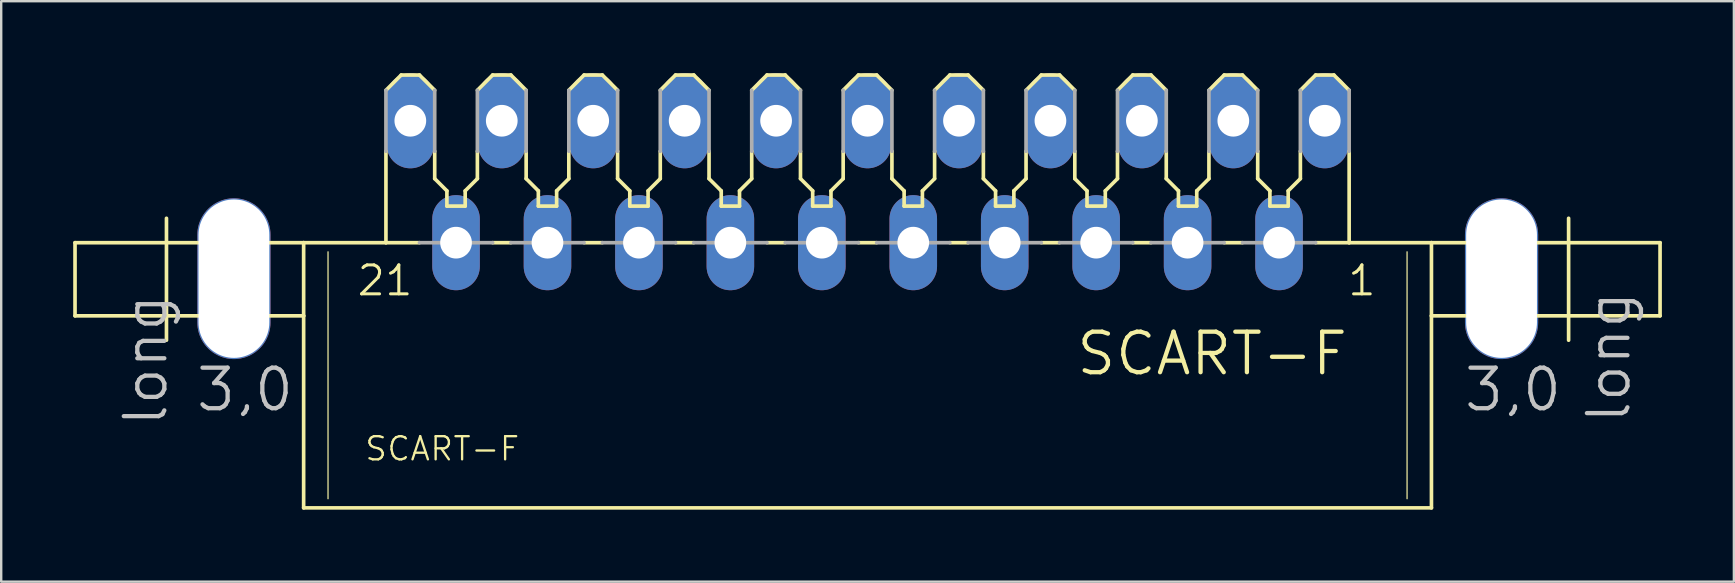
<source format=kicad_pcb>
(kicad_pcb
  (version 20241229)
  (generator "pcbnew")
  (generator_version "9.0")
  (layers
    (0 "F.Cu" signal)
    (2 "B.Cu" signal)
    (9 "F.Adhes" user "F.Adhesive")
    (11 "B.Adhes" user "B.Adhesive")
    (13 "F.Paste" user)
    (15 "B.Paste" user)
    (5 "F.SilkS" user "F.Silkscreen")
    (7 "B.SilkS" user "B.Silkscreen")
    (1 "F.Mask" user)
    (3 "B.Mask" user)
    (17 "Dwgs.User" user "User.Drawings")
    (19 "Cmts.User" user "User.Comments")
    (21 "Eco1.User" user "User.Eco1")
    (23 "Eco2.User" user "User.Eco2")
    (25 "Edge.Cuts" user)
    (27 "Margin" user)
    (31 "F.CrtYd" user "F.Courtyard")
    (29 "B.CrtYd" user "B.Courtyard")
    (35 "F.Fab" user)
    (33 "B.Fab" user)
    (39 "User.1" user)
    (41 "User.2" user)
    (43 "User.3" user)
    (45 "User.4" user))
  (footprint "SCART-F"
    (layer "F.Cu")
    (at 33.096 7.061)
    (property "Reference" "SCART-F" (at -21 9.15 0) (layer "F.SilkS") (effects (font (size 0.965 0.965) (thickness 0.097)) (justify left bottom)))
    (attr through_hole)
    (fp_line (start -33.02 3.048) (end -33.02 0) (stroke (width 0.152) (type solid)) (layer "F.SilkS"))
    (fp_line (start -33.02 3.048) (end -23.495 3.048) (stroke (width 0.152) (type solid)) (layer "F.SilkS"))
    (fp_line (start -29.21 4.064) (end -29.21 -1.016) (stroke (width 0.152) (type solid)) (layer "F.SilkS"))
    (fp_line (start -23.495 0) (end -33.02 0) (stroke (width 0.152) (type solid)) (layer "F.SilkS"))
    (fp_line (start -23.495 3.048) (end -23.495 0) (stroke (width 0.152) (type solid)) (layer "F.SilkS"))
    (fp_line (start -23.495 11.049) (end -23.495 3.048) (stroke (width 0.152) (type solid)) (layer "F.SilkS"))
    (fp_line (start -23.495 11.049) (end 23.495 11.049) (stroke (width 0.152) (type solid)) (layer "F.SilkS"))
    (fp_line (start -22.479 0.381) (end -22.479 10.668) (stroke (width 0.051) (type solid)) (layer "F.SilkS"))
    (fp_line (start -20.066 0) (end -23.495 0) (stroke (width 0.152) (type solid)) (layer "F.SilkS"))
    (fp_line (start -20.066 0) (end -20.066 -3.81) (stroke (width 0.152) (type solid)) (layer "F.SilkS"))
    (fp_line (start -19.431 -6.985) (end -20.066 -6.35) (stroke (width 0.152) (type solid)) (layer "F.SilkS"))
    (fp_line (start -18.669 -6.985) (end -19.431 -6.985) (stroke (width 0.152) (type solid)) (layer "F.SilkS"))
    (fp_line (start -18.669 0) (end -20.066 0) (stroke (width 0.152) (type solid)) (layer "F.SilkS"))
    (fp_line (start -18.034 -6.35) (end -18.669 -6.985) (stroke (width 0.152) (type solid)) (layer "F.SilkS"))
    (fp_line (start -18.034 -2.667) (end -18.034 -3.81) (stroke (width 0.152) (type solid)) (layer "F.SilkS"))
    (fp_line (start -17.526 -2.159) (end -18.034 -2.667) (stroke (width 0.152) (type solid)) (layer "F.SilkS"))
    (fp_line (start -17.526 -1.524) (end -17.526 -2.159) (stroke (width 0.152) (type solid)) (layer "F.SilkS"))
    (fp_line (start -16.764 -2.159) (end -16.764 -1.524) (stroke (width 0.152) (type solid)) (layer "F.SilkS"))
    (fp_line (start -16.764 -1.524) (end -17.526 -1.524) (stroke (width 0.152) (type solid)) (layer "F.SilkS"))
    (fp_line (start -16.256 -3.81) (end -16.256 -2.667) (stroke (width 0.152) (type solid)) (layer "F.SilkS"))
    (fp_line (start -16.256 -2.667) (end -16.764 -2.159) (stroke (width 0.152) (type solid)) (layer "F.SilkS"))
    (fp_line (start -15.621 -6.985) (end -16.256 -6.35) (stroke (width 0.152) (type solid)) (layer "F.SilkS"))
    (fp_line (start -14.859 -6.985) (end -15.621 -6.985) (stroke (width 0.152) (type solid)) (layer "F.SilkS"))
    (fp_line (start -14.859 0) (end -15.621 0) (stroke (width 0.152) (type solid)) (layer "F.SilkS"))
    (fp_line (start -14.224 -6.35) (end -14.859 -6.985) (stroke (width 0.152) (type solid)) (layer "F.SilkS"))
    (fp_line (start -14.224 -2.667) (end -14.224 -3.81) (stroke (width 0.152) (type solid)) (layer "F.SilkS"))
    (fp_line (start -13.716 -2.159) (end -14.224 -2.667) (stroke (width 0.152) (type solid)) (layer "F.SilkS"))
    (fp_line (start -13.716 -1.524) (end -13.716 -2.159) (stroke (width 0.152) (type solid)) (layer "F.SilkS"))
    (fp_line (start -12.954 -2.159) (end -12.954 -1.524) (stroke (width 0.152) (type solid)) (layer "F.SilkS"))
    (fp_line (start -12.954 -1.524) (end -13.716 -1.524) (stroke (width 0.152) (type solid)) (layer "F.SilkS"))
    (fp_line (start -12.446 -3.81) (end -12.446 -2.667) (stroke (width 0.152) (type solid)) (layer "F.SilkS"))
    (fp_line (start -12.446 -2.667) (end -12.954 -2.159) (stroke (width 0.152) (type solid)) (layer "F.SilkS"))
    (fp_line (start -11.811 -6.985) (end -12.446 -6.35) (stroke (width 0.152) (type solid)) (layer "F.SilkS"))
    (fp_line (start -11.049 -6.985) (end -11.811 -6.985) (stroke (width 0.152) (type solid)) (layer "F.SilkS"))
    (fp_line (start -11.049 0) (end -11.811 0) (stroke (width 0.152) (type solid)) (layer "F.SilkS"))
    (fp_line (start -10.414 -6.35) (end -11.049 -6.985) (stroke (width 0.152) (type solid)) (layer "F.SilkS"))
    (fp_line (start -10.414 -2.667) (end -10.414 -3.81) (stroke (width 0.152) (type solid)) (layer "F.SilkS"))
    (fp_line (start -9.906 -2.159) (end -10.414 -2.667) (stroke (width 0.152) (type solid)) (layer "F.SilkS"))
    (fp_line (start -9.906 -1.524) (end -9.906 -2.159) (stroke (width 0.152) (type solid)) (layer "F.SilkS"))
    (fp_line (start -9.144 -2.159) (end -9.144 -1.524) (stroke (width 0.152) (type solid)) (layer "F.SilkS"))
    (fp_line (start -9.144 -1.524) (end -9.906 -1.524) (stroke (width 0.152) (type solid)) (layer "F.SilkS"))
    (fp_line (start -8.636 -3.81) (end -8.636 -2.667) (stroke (width 0.152) (type solid)) (layer "F.SilkS"))
    (fp_line (start -8.636 -2.667) (end -9.144 -2.159) (stroke (width 0.152) (type solid)) (layer "F.SilkS"))
    (fp_line (start -8.001 -6.985) (end -8.636 -6.35) (stroke (width 0.152) (type solid)) (layer "F.SilkS"))
    (fp_line (start -7.239 -6.985) (end -8.001 -6.985) (stroke (width 0.152) (type solid)) (layer "F.SilkS"))
    (fp_line (start -7.239 0) (end -8.001 0) (stroke (width 0.152) (type solid)) (layer "F.SilkS"))
    (fp_line (start -6.604 -6.35) (end -7.239 -6.985) (stroke (width 0.152) (type solid)) (layer "F.SilkS"))
    (fp_line (start -6.604 -2.667) (end -6.604 -3.81) (stroke (width 0.152) (type solid)) (layer "F.SilkS"))
    (fp_line (start -6.096 -2.159) (end -6.604 -2.667) (stroke (width 0.152) (type solid)) (layer "F.SilkS"))
    (fp_line (start -6.096 -1.524) (end -6.096 -2.159) (stroke (width 0.152) (type solid)) (layer "F.SilkS"))
    (fp_line (start -5.334 -2.159) (end -5.334 -1.524) (stroke (width 0.152) (type solid)) (layer "F.SilkS"))
    (fp_line (start -5.334 -1.524) (end -6.096 -1.524) (stroke (width 0.152) (type solid)) (layer "F.SilkS"))
    (fp_line (start -4.826 -3.81) (end -4.826 -2.667) (stroke (width 0.152) (type solid)) (layer "F.SilkS"))
    (fp_line (start -4.826 -2.667) (end -5.334 -2.159) (stroke (width 0.152) (type solid)) (layer "F.SilkS"))
    (fp_line (start -4.191 -6.985) (end -4.826 -6.35) (stroke (width 0.152) (type solid)) (layer "F.SilkS"))
    (fp_line (start -3.429 -6.985) (end -4.191 -6.985) (stroke (width 0.152) (type solid)) (layer "F.SilkS"))
    (fp_line (start -3.429 0) (end -4.191 0) (stroke (width 0.152) (type solid)) (layer "F.SilkS"))
    (fp_line (start -2.794 -6.35) (end -3.429 -6.985) (stroke (width 0.152) (type solid)) (layer "F.SilkS"))
    (fp_line (start -2.794 -2.667) (end -2.794 -3.81) (stroke (width 0.152) (type solid)) (layer "F.SilkS"))
    (fp_line (start -2.286 -2.159) (end -2.794 -2.667) (stroke (width 0.152) (type solid)) (layer "F.SilkS"))
    (fp_line (start -2.286 -1.524) (end -2.286 -2.159) (stroke (width 0.152) (type solid)) (layer "F.SilkS"))
    (fp_line (start -1.524 -2.159) (end -1.524 -1.524) (stroke (width 0.152) (type solid)) (layer "F.SilkS"))
    (fp_line (start -1.524 -1.524) (end -2.286 -1.524) (stroke (width 0.152) (type solid)) (layer "F.SilkS"))
    (fp_line (start -1.016 -3.81) (end -1.016 -2.667) (stroke (width 0.152) (type solid)) (layer "F.SilkS"))
    (fp_line (start -1.016 -2.667) (end -1.524 -2.159) (stroke (width 0.152) (type solid)) (layer "F.SilkS"))
    (fp_line (start -0.381 -6.985) (end -1.016 -6.35) (stroke (width 0.152) (type solid)) (layer "F.SilkS"))
    (fp_line (start 0.381 -6.985) (end -0.381 -6.985) (stroke (width 0.152) (type solid)) (layer "F.SilkS"))
    (fp_line (start 0.381 0) (end -0.381 0) (stroke (width 0.152) (type solid)) (layer "F.SilkS"))
    (fp_line (start 1.016 -6.35) (end 0.381 -6.985) (stroke (width 0.152) (type solid)) (layer "F.SilkS"))
    (fp_line (start 1.016 -2.667) (end 1.016 -3.81) (stroke (width 0.152) (type solid)) (layer "F.SilkS"))
    (fp_line (start 1.524 -2.159) (end 1.016 -2.667) (stroke (width 0.152) (type solid)) (layer "F.SilkS"))
    (fp_line (start 1.524 -1.524) (end 1.524 -2.159) (stroke (width 0.152) (type solid)) (layer "F.SilkS"))
    (fp_line (start 2.286 -2.159) (end 2.286 -1.524) (stroke (width 0.152) (type solid)) (layer "F.SilkS"))
    (fp_line (start 2.286 -1.524) (end 1.524 -1.524) (stroke (width 0.152) (type solid)) (layer "F.SilkS"))
    (fp_line (start 2.794 -3.81) (end 2.794 -2.667) (stroke (width 0.152) (type solid)) (layer "F.SilkS"))
    (fp_line (start 2.794 -2.667) (end 2.286 -2.159) (stroke (width 0.152) (type solid)) (layer "F.SilkS"))
    (fp_line (start 3.429 -6.985) (end 2.794 -6.35) (stroke (width 0.152) (type solid)) (layer "F.SilkS"))
    (fp_line (start 4.191 -6.985) (end 3.429 -6.985) (stroke (width 0.152) (type solid)) (layer "F.SilkS"))
    (fp_line (start 4.191 0) (end 3.429 0) (stroke (width 0.152) (type solid)) (layer "F.SilkS"))
    (fp_line (start 4.826 -6.35) (end 4.191 -6.985) (stroke (width 0.152) (type solid)) (layer "F.SilkS"))
    (fp_line (start 4.826 -2.667) (end 4.826 -3.81) (stroke (width 0.152) (type solid)) (layer "F.SilkS"))
    (fp_line (start 5.334 -2.159) (end 4.826 -2.667) (stroke (width 0.152) (type solid)) (layer "F.SilkS"))
    (fp_line (start 5.334 -1.524) (end 5.334 -2.159) (stroke (width 0.152) (type solid)) (layer "F.SilkS"))
    (fp_line (start 6.096 -2.159) (end 6.096 -1.524) (stroke (width 0.152) (type solid)) (layer "F.SilkS"))
    (fp_line (start 6.096 -1.524) (end 5.334 -1.524) (stroke (width 0.152) (type solid)) (layer "F.SilkS"))
    (fp_line (start 6.604 -3.81) (end 6.604 -2.667) (stroke (width 0.152) (type solid)) (layer "F.SilkS"))
    (fp_line (start 6.604 -2.667) (end 6.096 -2.159) (stroke (width 0.152) (type solid)) (layer "F.SilkS"))
    (fp_line (start 7.239 -6.985) (end 6.604 -6.35) (stroke (width 0.152) (type solid)) (layer "F.SilkS"))
    (fp_line (start 8.001 -6.985) (end 7.239 -6.985) (stroke (width 0.152) (type solid)) (layer "F.SilkS"))
    (fp_line (start 8.001 0) (end 7.239 0) (stroke (width 0.152) (type solid)) (layer "F.SilkS"))
    (fp_line (start 8.636 -6.35) (end 8.001 -6.985) (stroke (width 0.152) (type solid)) (layer "F.SilkS"))
    (fp_line (start 8.636 -2.667) (end 8.636 -3.81) (stroke (width 0.152) (type solid)) (layer "F.SilkS"))
    (fp_line (start 9.144 -2.159) (end 8.636 -2.667) (stroke (width 0.152) (type solid)) (layer "F.SilkS"))
    (fp_line (start 9.144 -1.524) (end 9.144 -2.159) (stroke (width 0.152) (type solid)) (layer "F.SilkS"))
    (fp_line (start 9.906 -2.159) (end 9.906 -1.524) (stroke (width 0.152) (type solid)) (layer "F.SilkS"))
    (fp_line (start 9.906 -1.524) (end 9.144 -1.524) (stroke (width 0.152) (type solid)) (layer "F.SilkS"))
    (fp_line (start 10.414 -3.81) (end 10.414 -2.667) (stroke (width 0.152) (type solid)) (layer "F.SilkS"))
    (fp_line (start 10.414 -2.667) (end 9.906 -2.159) (stroke (width 0.152) (type solid)) (layer "F.SilkS"))
    (fp_line (start 11.049 -6.985) (end 10.414 -6.35) (stroke (width 0.152) (type solid)) (layer "F.SilkS"))
    (fp_line (start 11.811 -6.985) (end 11.049 -6.985) (stroke (width 0.152) (type solid)) (layer "F.SilkS"))
    (fp_line (start 11.811 0) (end 11.049 0) (stroke (width 0.152) (type solid)) (layer "F.SilkS"))
    (fp_line (start 12.446 -6.35) (end 11.811 -6.985) (stroke (width 0.152) (type solid)) (layer "F.SilkS"))
    (fp_line (start 12.446 -2.667) (end 12.446 -3.81) (stroke (width 0.152) (type solid)) (layer "F.SilkS"))
    (fp_line (start 12.954 -2.159) (end 12.446 -2.667) (stroke (width 0.152) (type solid)) (layer "F.SilkS"))
    (fp_line (start 12.954 -1.524) (end 12.954 -2.159) (stroke (width 0.152) (type solid)) (layer "F.SilkS"))
    (fp_line (start 13.716 -2.159) (end 13.716 -1.524) (stroke (width 0.152) (type solid)) (layer "F.SilkS"))
    (fp_line (start 13.716 -1.524) (end 12.954 -1.524) (stroke (width 0.152) (type solid)) (layer "F.SilkS"))
    (fp_line (start 14.224 -3.81) (end 14.224 -2.667) (stroke (width 0.152) (type solid)) (layer "F.SilkS"))
    (fp_line (start 14.224 -2.667) (end 13.716 -2.159) (stroke (width 0.152) (type solid)) (layer "F.SilkS"))
    (fp_line (start 14.859 -6.985) (end 14.224 -6.35) (stroke (width 0.152) (type solid)) (layer "F.SilkS"))
    (fp_line (start 15.621 -6.985) (end 14.859 -6.985) (stroke (width 0.152) (type solid)) (layer "F.SilkS"))
    (fp_line (start 15.621 0) (end 14.859 0) (stroke (width 0.152) (type solid)) (layer "F.SilkS"))
    (fp_line (start 16.256 -6.35) (end 15.621 -6.985) (stroke (width 0.152) (type solid)) (layer "F.SilkS"))
    (fp_line (start 16.256 -2.667) (end 16.256 -3.81) (stroke (width 0.152) (type solid)) (layer "F.SilkS"))
    (fp_line (start 16.764 -2.159) (end 16.256 -2.667) (stroke (width 0.152) (type solid)) (layer "F.SilkS"))
    (fp_line (start 16.764 -1.524) (end 16.764 -2.159) (stroke (width 0.152) (type solid)) (layer "F.SilkS"))
    (fp_line (start 17.526 -2.159) (end 17.526 -1.524) (stroke (width 0.152) (type solid)) (layer "F.SilkS"))
    (fp_line (start 17.526 -1.524) (end 16.764 -1.524) (stroke (width 0.152) (type solid)) (layer "F.SilkS"))
    (fp_line (start 18.034 -3.81) (end 18.034 -2.667) (stroke (width 0.152) (type solid)) (layer "F.SilkS"))
    (fp_line (start 18.034 -2.667) (end 17.526 -2.159) (stroke (width 0.152) (type solid)) (layer "F.SilkS"))
    (fp_line (start 18.669 -6.985) (end 18.034 -6.35) (stroke (width 0.152) (type solid)) (layer "F.SilkS"))
    (fp_line (start 18.669 -6.985) (end 19.431 -6.985) (stroke (width 0.152) (type solid)) (layer "F.SilkS"))
    (fp_line (start 20.066 -6.35) (end 19.431 -6.985) (stroke (width 0.152) (type solid)) (layer "F.SilkS"))
    (fp_line (start 20.066 0) (end 18.669 0) (stroke (width 0.152) (type solid)) (layer "F.SilkS"))
    (fp_line (start 20.066 0) (end 20.066 -3.81) (stroke (width 0.152) (type solid)) (layer "F.SilkS"))
    (fp_line (start 22.479 0.381) (end 22.479 10.668) (stroke (width 0.051) (type solid)) (layer "F.SilkS"))
    (fp_line (start 23.495 0) (end 20.066 0) (stroke (width 0.152) (type solid)) (layer "F.SilkS"))
    (fp_line (start 23.495 3.048) (end 23.495 0) (stroke (width 0.152) (type solid)) (layer "F.SilkS"))
    (fp_line (start 23.495 3.048) (end 33.02 3.048) (stroke (width 0.152) (type solid)) (layer "F.SilkS"))
    (fp_line (start 23.495 11.049) (end 23.495 3.048) (stroke (width 0.152) (type solid)) (layer "F.SilkS"))
    (fp_line (start 29.21 4.064) (end 29.21 -1.016) (stroke (width 0.152) (type solid)) (layer "F.SilkS"))
    (fp_line (start 33.02 0) (end 23.495 0) (stroke (width 0.152) (type solid)) (layer "F.SilkS"))
    (fp_line (start 33.02 3.048) (end 33.02 0) (stroke (width 0.152) (type solid)) (layer "F.SilkS"))
    (fp_line (start -20.066 -6.35) (end -20.066 -3.81) (stroke (width 0.152) (type solid)) (layer "F.Fab"))
    (fp_line (start -18.669 0) (end -15.621 0) (stroke (width 0.152) (type solid)) (layer "F.Fab"))
    (fp_line (start -18.034 -3.81) (end -18.034 -6.35) (stroke (width 0.152) (type solid)) (layer "F.Fab"))
    (fp_line (start -16.256 -6.35) (end -16.256 -3.81) (stroke (width 0.152) (type solid)) (layer "F.Fab"))
    (fp_line (start -14.859 0) (end -11.811 0) (stroke (width 0.152) (type solid)) (layer "F.Fab"))
    (fp_line (start -14.224 -3.81) (end -14.224 -6.35) (stroke (width 0.152) (type solid)) (layer "F.Fab"))
    (fp_line (start -12.446 -6.35) (end -12.446 -3.81) (stroke (width 0.152) (type solid)) (layer "F.Fab"))
    (fp_line (start -11.049 0) (end -8.001 0) (stroke (width 0.152) (type solid)) (layer "F.Fab"))
    (fp_line (start -10.414 -3.81) (end -10.414 -6.35) (stroke (width 0.152) (type solid)) (layer "F.Fab"))
    (fp_line (start -8.636 -6.35) (end -8.636 -3.81) (stroke (width 0.152) (type solid)) (layer "F.Fab"))
    (fp_line (start -7.239 0) (end -4.191 0) (stroke (width 0.152) (type solid)) (layer "F.Fab"))
    (fp_line (start -6.604 -3.81) (end -6.604 -6.35) (stroke (width 0.152) (type solid)) (layer "F.Fab"))
    (fp_line (start -4.826 -6.35) (end -4.826 -3.81) (stroke (width 0.152) (type solid)) (layer "F.Fab"))
    (fp_line (start -3.429 0) (end -0.381 0) (stroke (width 0.152) (type solid)) (layer "F.Fab"))
    (fp_line (start -2.794 -3.81) (end -2.794 -6.35) (stroke (width 0.152) (type solid)) (layer "F.Fab"))
    (fp_line (start -1.016 -6.35) (end -1.016 -3.81) (stroke (width 0.152) (type solid)) (layer "F.Fab"))
    (fp_line (start 0.381 0) (end 3.429 0) (stroke (width 0.152) (type solid)) (layer "F.Fab"))
    (fp_line (start 1.016 -3.81) (end 1.016 -6.35) (stroke (width 0.152) (type solid)) (layer "F.Fab"))
    (fp_line (start 2.794 -6.35) (end 2.794 -3.81) (stroke (width 0.152) (type solid)) (layer "F.Fab"))
    (fp_line (start 4.191 0) (end 7.239 0) (stroke (width 0.152) (type solid)) (layer "F.Fab"))
    (fp_line (start 4.826 -3.81) (end 4.826 -6.35) (stroke (width 0.152) (type solid)) (layer "F.Fab"))
    (fp_line (start 6.604 -6.35) (end 6.604 -3.81) (stroke (width 0.152) (type solid)) (layer "F.Fab"))
    (fp_line (start 8.001 0) (end 11.049 0) (stroke (width 0.152) (type solid)) (layer "F.Fab"))
    (fp_line (start 8.636 -3.81) (end 8.636 -6.35) (stroke (width 0.152) (type solid)) (layer "F.Fab"))
    (fp_line (start 10.414 -6.35) (end 10.414 -3.81) (stroke (width 0.152) (type solid)) (layer "F.Fab"))
    (fp_line (start 11.811 0) (end 14.859 0) (stroke (width 0.152) (type solid)) (layer "F.Fab"))
    (fp_line (start 12.446 -3.81) (end 12.446 -6.35) (stroke (width 0.152) (type solid)) (layer "F.Fab"))
    (fp_line (start 14.224 -6.35) (end 14.224 -3.81) (stroke (width 0.152) (type solid)) (layer "F.Fab"))
    (fp_line (start 15.621 0) (end 18.669 0) (stroke (width 0.152) (type solid)) (layer "F.Fab"))
    (fp_line (start 16.256 -3.81) (end 16.256 -6.35) (stroke (width 0.152) (type solid)) (layer "F.Fab"))
    (fp_line (start 18.034 -6.35) (end 18.034 -3.81) (stroke (width 0.152) (type solid)) (layer "F.Fab"))
    (fp_line (start 20.066 -3.81) (end 20.066 -6.35) (stroke (width 0.152) (type solid)) (layer "F.Fab"))
    (fp_text user "SCART-F" (at 8.611 5.613 0) (layer "F.SilkS") (effects (font (size 1.689 1.689) (thickness 0.178)) (justify left bottom)))
    (fp_text user "1" (at 19.939 2.286 0) (layer "F.SilkS") (effects (font (size 1.206 1.206) (thickness 0.127)) (justify left bottom)))
    (fp_text user "21" (at -21.336 2.286 0) (layer "F.SilkS") (effects (font (size 1.206 1.206) (thickness 0.127)) (justify left bottom)))
    (fp_text user "long" (at 31.877 7.62 90) (layer "Dwgs.User") (effects (font (size 1.689 1.689) (thickness 0.178)) (justify left bottom)))
    (fp_text user "long " (at -29.083 7.747 90) (layer "Dwgs.User") (effects (font (size 1.689 1.689) (thickness 0.178)) (justify left bottom)))
    (fp_text user "3,0" (at 24.765 7.112 0) (layer "Dwgs.User") (effects (font (size 1.689 1.689) (thickness 0.178)) (justify left bottom)))
    (fp_text user "3,0 " (at -28.067 7.112 0) (layer "Dwgs.User") (effects (font (size 1.689 1.689) (thickness 0.178)) (justify left bottom)))
    (pad "" np_thru_hole oval (at -26.4 1.5) (size 3.05 6.7) (drill oval 2.95 6.6) (layers "*.Cu" "*.Mask"))
    (pad "" np_thru_hole oval (at 26.416 1.5) (size 3.05 6.7) (drill oval 2.95 6.6) (layers "*.Cu" "*.Mask"))
    (pad "1" thru_hole oval (at 19.05 -5.08 90) (size 3.962 1.981) (drill 1.321) (layers "*.Cu" "*.Mask"))
    (pad "2" thru_hole oval (at 17.145 0 90) (size 3.962 1.981) (drill 1.321) (layers "*.Cu" "*.Mask"))
    (pad "3" thru_hole oval (at 15.24 -5.08 90) (size 3.962 1.981) (drill 1.321) (layers "*.Cu" "*.Mask"))
    (pad "4" thru_hole oval (at 13.335 0 90) (size 3.962 1.981) (drill 1.321) (layers "*.Cu" "*.Mask"))
    (pad "5" thru_hole oval (at 11.43 -5.08 90) (size 3.962 1.981) (drill 1.321) (layers "*.Cu" "*.Mask"))
    (pad "6" thru_hole oval (at 9.525 0 90) (size 3.962 1.981) (drill 1.321) (layers "*.Cu" "*.Mask"))
    (pad "7" thru_hole oval (at 7.62 -5.08 90) (size 3.962 1.981) (drill 1.321) (layers "*.Cu" "*.Mask"))
    (pad "8" thru_hole oval (at 5.715 0 90) (size 3.962 1.981) (drill 1.321) (layers "*.Cu" "*.Mask"))
    (pad "9" thru_hole oval (at 3.81 -5.08 90) (size 3.962 1.981) (drill 1.321) (layers "*.Cu" "*.Mask"))
    (pad "10" thru_hole oval (at 1.905 0 90) (size 3.962 1.981) (drill 1.321) (layers "*.Cu" "*.Mask"))
    (pad "11" thru_hole oval (at 0 -5.08 90) (size 3.962 1.981) (drill 1.321) (layers "*.Cu" "*.Mask"))
    (pad "12" thru_hole oval (at -1.905 0 90) (size 3.962 1.981) (drill 1.321) (layers "*.Cu" "*.Mask"))
    (pad "13" thru_hole oval (at -3.81 -5.08 90) (size 3.962 1.981) (drill 1.321) (layers "*.Cu" "*.Mask"))
    (pad "14" thru_hole oval (at -5.715 0 90) (size 3.962 1.981) (drill 1.321) (layers "*.Cu" "*.Mask"))
    (pad "15" thru_hole oval (at -7.62 -5.08 90) (size 3.962 1.981) (drill 1.321) (layers "*.Cu" "*.Mask"))
    (pad "16" thru_hole oval (at -9.525 0 90) (size 3.962 1.981) (drill 1.321) (layers "*.Cu" "*.Mask"))
    (pad "17" thru_hole oval (at -11.43 -5.08 90) (size 3.962 1.981) (drill 1.321) (layers "*.Cu" "*.Mask"))
    (pad "18" thru_hole oval (at -13.335 0 90) (size 3.962 1.981) (drill 1.321) (layers "*.Cu" "*.Mask"))
    (pad "19" thru_hole oval (at -15.24 -5.08 90) (size 3.962 1.981) (drill 1.321) (layers "*.Cu" "*.Mask"))
    (pad "20" thru_hole oval (at -17.145 0 90) (size 3.962 1.981) (drill 1.321) (layers "*.Cu" "*.Mask"))
    (pad "21" thru_hole oval (at -19.05 -5.08 90) (size 3.962 1.981) (drill 1.321) (layers "*.Cu" "*.Mask")))
  (gr_rect
    (start -3 -3)
    (end 69.192 21.186)
    (stroke (width 0.1) (type default))
    (fill no)
    (layer "Edge.Cuts")))
</source>
